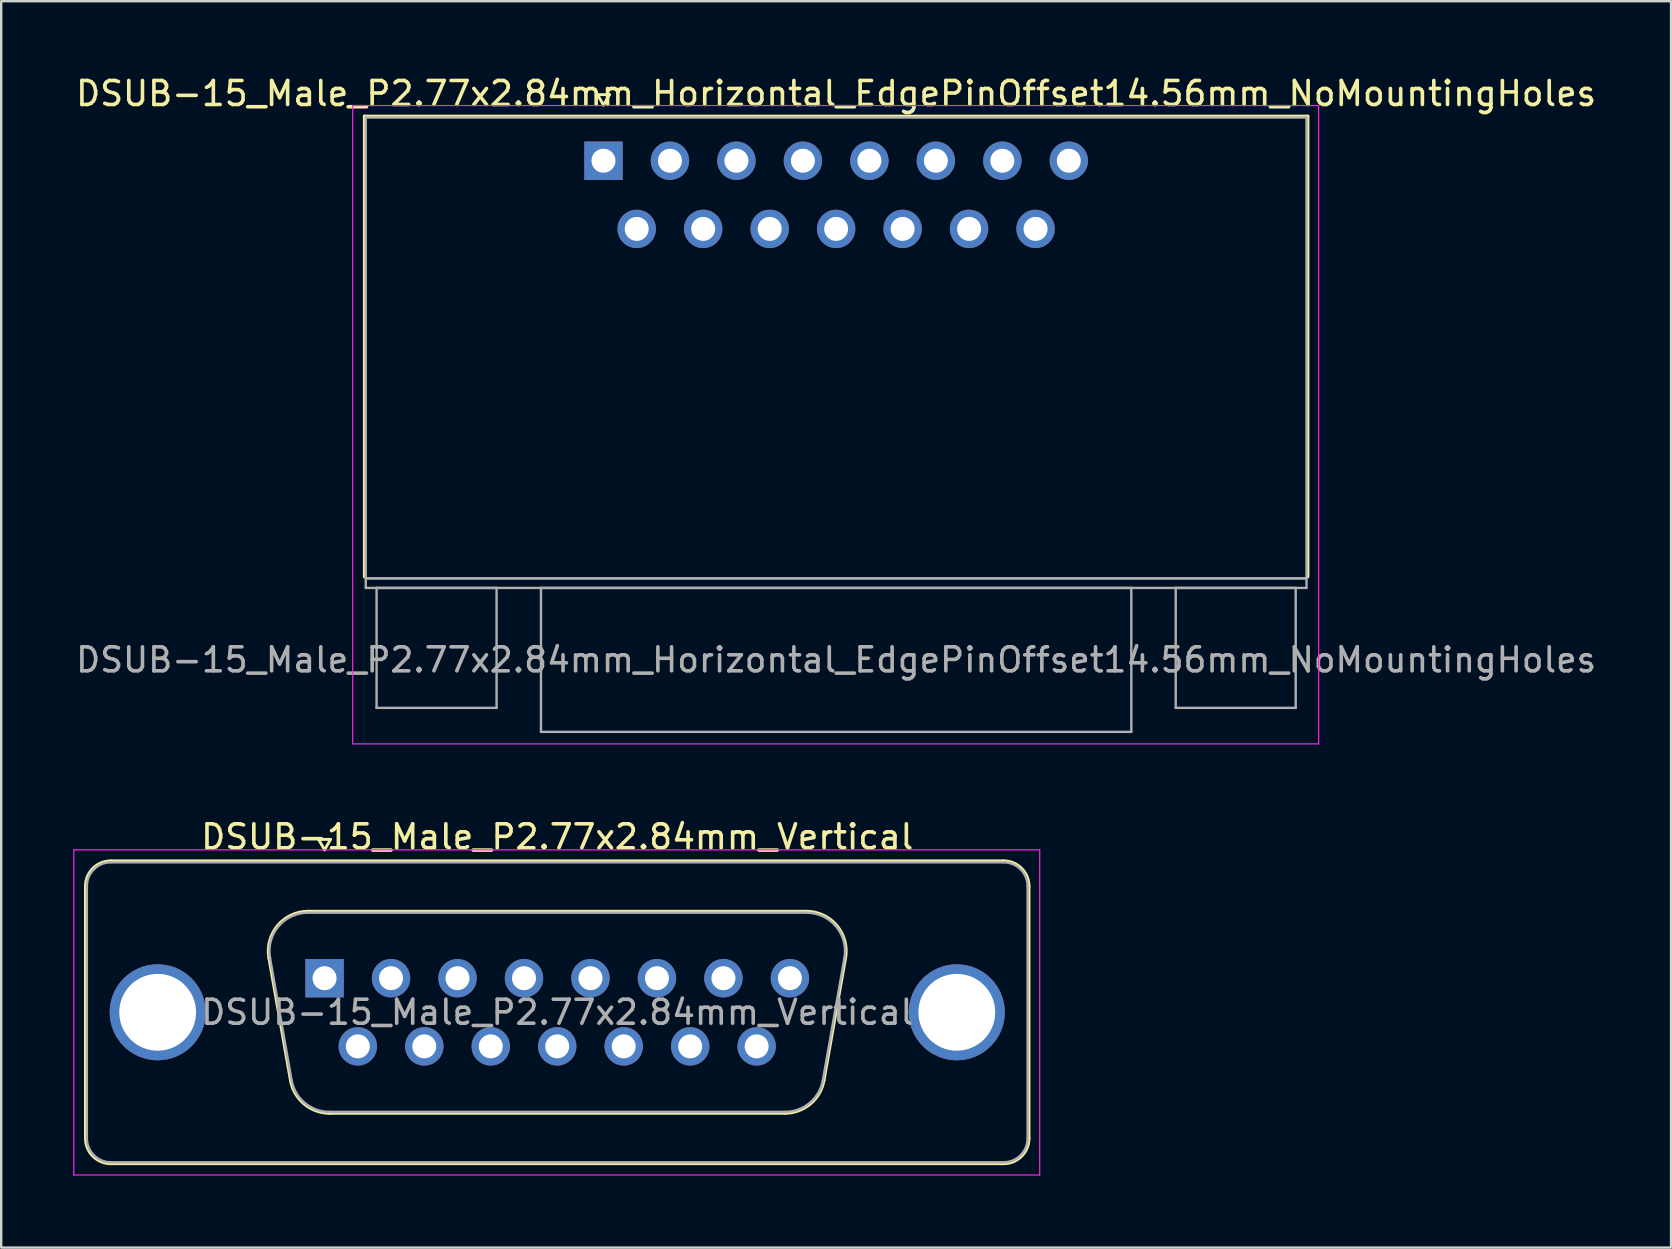
<source format=kicad_pcb>
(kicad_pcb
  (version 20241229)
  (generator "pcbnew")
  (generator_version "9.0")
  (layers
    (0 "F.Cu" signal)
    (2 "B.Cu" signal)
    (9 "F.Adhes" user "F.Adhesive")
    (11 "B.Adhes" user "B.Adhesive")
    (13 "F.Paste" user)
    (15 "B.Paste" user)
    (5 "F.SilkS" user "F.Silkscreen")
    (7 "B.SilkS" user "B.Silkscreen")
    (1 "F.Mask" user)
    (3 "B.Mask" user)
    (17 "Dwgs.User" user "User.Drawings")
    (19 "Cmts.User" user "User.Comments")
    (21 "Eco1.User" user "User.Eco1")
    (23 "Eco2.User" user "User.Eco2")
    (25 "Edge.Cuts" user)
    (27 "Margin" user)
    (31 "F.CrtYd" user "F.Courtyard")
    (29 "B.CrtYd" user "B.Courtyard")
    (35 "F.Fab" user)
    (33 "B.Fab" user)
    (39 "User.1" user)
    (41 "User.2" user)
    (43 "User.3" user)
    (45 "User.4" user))
  (footprint "DSUB-15_Male_P2.77x2.84mm_Horizontal_EdgePinOffset14.56mm_NoMountingHoles"
    (layer "F.Cu")
    (at 22.097 3.648)
    (property "Reference" "DSUB-15_Male_P2.77x2.84mm_Horizontal_EdgePinOffset14.56mm_NoMountingHoles" (at 9.695 -2.8 0) (layer "F.SilkS") (effects (font (size 1 1) (thickness 0.15))))
    (attr through_hole)
    (fp_line (start -9.965 -1.86) (end 29.355 -1.86) (stroke (width 0.12) (type solid)) (layer "F.SilkS"))
    (fp_line (start -9.965 17.34) (end -9.965 -1.86) (stroke (width 0.12) (type solid)) (layer "F.SilkS"))
    (fp_line (start -0.25 -2.754) (end 0.25 -2.754) (stroke (width 0.12) (type solid)) (layer "F.SilkS"))
    (fp_line (start 0 -2.321) (end -0.25 -2.754) (stroke (width 0.12) (type solid)) (layer "F.SilkS"))
    (fp_line (start 0.25 -2.754) (end 0 -2.321) (stroke (width 0.12) (type solid)) (layer "F.SilkS"))
    (fp_line (start 29.355 -1.86) (end 29.355 17.34) (stroke (width 0.12) (type solid)) (layer "F.SilkS"))
    (fp_line (start -10.45 -2.3) (end -10.45 24.3) (stroke (width 0.05) (type solid)) (layer "F.CrtYd"))
    (fp_line (start -10.45 24.3) (end 29.8 24.3) (stroke (width 0.05) (type solid)) (layer "F.CrtYd"))
    (fp_line (start 29.8 -2.3) (end -10.45 -2.3) (stroke (width 0.05) (type solid)) (layer "F.CrtYd"))
    (fp_line (start 29.8 24.3) (end 29.8 -2.3) (stroke (width 0.05) (type solid)) (layer "F.CrtYd"))
    (fp_line (start -9.905 -1.8) (end -9.905 17.4) (stroke (width 0.1) (type solid)) (layer "F.Fab"))
    (fp_line (start -9.905 17.4) (end -9.905 17.8) (stroke (width 0.1) (type solid)) (layer "F.Fab"))
    (fp_line (start -9.905 17.4) (end 29.295 17.4) (stroke (width 0.1) (type solid)) (layer "F.Fab"))
    (fp_line (start -9.905 17.8) (end 29.295 17.8) (stroke (width 0.1) (type solid)) (layer "F.Fab"))
    (fp_line (start -9.455 17.8) (end -9.455 22.8) (stroke (width 0.1) (type solid)) (layer "F.Fab"))
    (fp_line (start -9.455 22.8) (end -4.455 22.8) (stroke (width 0.1) (type solid)) (layer "F.Fab"))
    (fp_line (start -4.455 17.8) (end -9.455 17.8) (stroke (width 0.1) (type solid)) (layer "F.Fab"))
    (fp_line (start -4.455 22.8) (end -4.455 17.8) (stroke (width 0.1) (type solid)) (layer "F.Fab"))
    (fp_line (start -2.605 17.8) (end -2.605 23.8) (stroke (width 0.1) (type solid)) (layer "F.Fab"))
    (fp_line (start -2.605 23.8) (end 21.995 23.8) (stroke (width 0.1) (type solid)) (layer "F.Fab"))
    (fp_line (start 21.995 17.8) (end -2.605 17.8) (stroke (width 0.1) (type solid)) (layer "F.Fab"))
    (fp_line (start 21.995 23.8) (end 21.995 17.8) (stroke (width 0.1) (type solid)) (layer "F.Fab"))
    (fp_line (start 23.845 17.8) (end 23.845 22.8) (stroke (width 0.1) (type solid)) (layer "F.Fab"))
    (fp_line (start 23.845 22.8) (end 28.845 22.8) (stroke (width 0.1) (type solid)) (layer "F.Fab"))
    (fp_line (start 28.845 17.8) (end 23.845 17.8) (stroke (width 0.1) (type solid)) (layer "F.Fab"))
    (fp_line (start 28.845 22.8) (end 28.845 17.8) (stroke (width 0.1) (type solid)) (layer "F.Fab"))
    (fp_line (start 29.295 -1.8) (end -9.905 -1.8) (stroke (width 0.1) (type solid)) (layer "F.Fab"))
    (fp_line (start 29.295 17.4) (end -9.905 17.4) (stroke (width 0.1) (type solid)) (layer "F.Fab"))
    (fp_line (start 29.295 17.4) (end 29.295 -1.8) (stroke (width 0.1) (type solid)) (layer "F.Fab"))
    (fp_line (start 29.295 17.8) (end 29.295 17.4) (stroke (width 0.1) (type solid)) (layer "F.Fab"))
    (fp_text user "${REFERENCE}" (at 9.695 20.8 0) (layer "F.Fab") (effects (font (size 1 1) (thickness 0.15))))
    (pad "1" thru_hole rect (at 0 0) (size 1.6 1.6) (drill 1) (layers "*.Cu" "*.Mask"))
    (pad "2" thru_hole circle (at 2.77 0) (size 1.6 1.6) (drill 1) (layers "*.Cu" "*.Mask"))
    (pad "3" thru_hole circle (at 5.54 0) (size 1.6 1.6) (drill 1) (layers "*.Cu" "*.Mask"))
    (pad "4" thru_hole circle (at 8.31 0) (size 1.6 1.6) (drill 1) (layers "*.Cu" "*.Mask"))
    (pad "5" thru_hole circle (at 11.08 0) (size 1.6 1.6) (drill 1) (layers "*.Cu" "*.Mask"))
    (pad "6" thru_hole circle (at 13.85 0) (size 1.6 1.6) (drill 1) (layers "*.Cu" "*.Mask"))
    (pad "7" thru_hole circle (at 16.62 0) (size 1.6 1.6) (drill 1) (layers "*.Cu" "*.Mask"))
    (pad "8" thru_hole circle (at 19.39 0) (size 1.6 1.6) (drill 1) (layers "*.Cu" "*.Mask"))
    (pad "9" thru_hole circle (at 1.385 2.84) (size 1.6 1.6) (drill 1) (layers "*.Cu" "*.Mask"))
    (pad "10" thru_hole circle (at 4.155 2.84) (size 1.6 1.6) (drill 1) (layers "*.Cu" "*.Mask"))
    (pad "11" thru_hole circle (at 6.925 2.84) (size 1.6 1.6) (drill 1) (layers "*.Cu" "*.Mask"))
    (pad "12" thru_hole circle (at 9.695 2.84) (size 1.6 1.6) (drill 1) (layers "*.Cu" "*.Mask"))
    (pad "13" thru_hole circle (at 12.465 2.84) (size 1.6 1.6) (drill 1) (layers "*.Cu" "*.Mask"))
    (pad "14" thru_hole circle (at 15.235 2.84) (size 1.6 1.6) (drill 1) (layers "*.Cu" "*.Mask"))
    (pad "15" thru_hole circle (at 18.005 2.84) (size 1.6 1.6) (drill 1) (layers "*.Cu" "*.Mask")))
  (footprint "DSUB-15_Male_P2.77x2.84mm_Vertical"
    (layer "F.Cu")
    (at 10.475 37.712)
    (property "Reference" "DSUB-15_Male_P2.77x2.84mm_Vertical" (at 9.695 -5.89 0) (layer "F.SilkS") (effects (font (size 1 1) (thickness 0.15))))
    (attr through_hole)
    (fp_line (start -9.965 6.67) (end -9.965 -3.83) (stroke (width 0.12) (type solid)) (layer "F.SilkS"))
    (fp_line (start -8.905 -4.89) (end 28.295 -4.89) (stroke (width 0.12) (type solid)) (layer "F.SilkS"))
    (fp_line (start -2.321 -0.842) (end -1.422 4.258) (stroke (width 0.12) (type solid)) (layer "F.SilkS"))
    (fp_line (start -0.687 -2.79) (end 20.077 -2.79) (stroke (width 0.12) (type solid)) (layer "F.SilkS"))
    (fp_line (start -0.25 -5.784) (end 0.25 -5.784) (stroke (width 0.12) (type solid)) (layer "F.SilkS"))
    (fp_line (start 0 -5.351) (end -0.25 -5.784) (stroke (width 0.12) (type solid)) (layer "F.SilkS"))
    (fp_line (start 0.213 5.63) (end 19.177 5.63) (stroke (width 0.12) (type solid)) (layer "F.SilkS"))
    (fp_line (start 0.25 -5.784) (end 0 -5.351) (stroke (width 0.12) (type solid)) (layer "F.SilkS"))
    (fp_line (start 21.711 -0.842) (end 20.812 4.258) (stroke (width 0.12) (type solid)) (layer "F.SilkS"))
    (fp_line (start 28.295 7.73) (end -8.905 7.73) (stroke (width 0.12) (type solid)) (layer "F.SilkS"))
    (fp_line (start 29.355 -3.83) (end 29.355 6.67) (stroke (width 0.12) (type solid)) (layer "F.SilkS"))
    (fp_arc (start -9.965 -3.83) (mid -9.654533 -4.579533) (end -8.905 -4.89) (stroke (width 0.12) (type solid)) (layer "F.SilkS"))
    (fp_arc (start -8.905 7.73) (mid -9.654533 7.419533) (end -9.965 6.67) (stroke (width 0.12) (type solid)) (layer "F.SilkS"))
    (fp_arc (start -2.32147 -0.841744) (mid -1.958323 -2.197028) (end -0.686689 -2.79) (stroke (width 0.12) (type solid)) (layer "F.SilkS"))
    (fp_arc (start 0.212579 5.63) (mid -0.854448 5.241634) (end -1.422202 4.258256) (stroke (width 0.12) (type solid)) (layer "F.SilkS"))
    (fp_arc (start 20.076689 -2.79) (mid 21.348323 -2.197027) (end 21.71147 -0.841744) (stroke (width 0.12) (type solid)) (layer "F.SilkS"))
    (fp_arc (start 20.812202 4.258256) (mid 20.244449 5.241634) (end 19.177421 5.63) (stroke (width 0.12) (type solid)) (layer "F.SilkS"))
    (fp_arc (start 28.295 -4.89) (mid 29.044533 -4.579533) (end 29.355 -3.83) (stroke (width 0.12) (type solid)) (layer "F.SilkS"))
    (fp_arc (start 29.355 6.67) (mid 29.044533 7.419533) (end 28.295 7.73) (stroke (width 0.12) (type solid)) (layer "F.SilkS"))
    (fp_line (start -10.45 -5.35) (end -10.45 8.2) (stroke (width 0.05) (type solid)) (layer "F.CrtYd"))
    (fp_line (start -10.45 8.2) (end 29.8 8.2) (stroke (width 0.05) (type solid)) (layer "F.CrtYd"))
    (fp_line (start 29.8 -5.35) (end -10.45 -5.35) (stroke (width 0.05) (type solid)) (layer "F.CrtYd"))
    (fp_line (start 29.8 8.2) (end 29.8 -5.35) (stroke (width 0.05) (type solid)) (layer "F.CrtYd"))
    (fp_line (start -9.905 6.67) (end -9.905 -3.83) (stroke (width 0.1) (type solid)) (layer "F.Fab"))
    (fp_line (start -8.905 -4.83) (end 28.295 -4.83) (stroke (width 0.1) (type solid)) (layer "F.Fab"))
    (fp_line (start -2.274 -0.852) (end -1.375 4.248) (stroke (width 0.1) (type solid)) (layer "F.Fab"))
    (fp_line (start -0.698 -2.73) (end 20.088 -2.73) (stroke (width 0.1) (type solid)) (layer "F.Fab"))
    (fp_line (start 0.201 5.57) (end 19.189 5.57) (stroke (width 0.1) (type solid)) (layer "F.Fab"))
    (fp_line (start 21.664 -0.852) (end 20.765 4.248) (stroke (width 0.1) (type solid)) (layer "F.Fab"))
    (fp_line (start 28.295 7.67) (end -8.905 7.67) (stroke (width 0.1) (type solid)) (layer "F.Fab"))
    (fp_line (start 29.295 -3.83) (end 29.295 6.67) (stroke (width 0.1) (type solid)) (layer "F.Fab"))
    (fp_arc (start -9.905 -3.83) (mid -9.612107 -4.537107) (end -8.905 -4.83) (stroke (width 0.1) (type solid)) (layer "F.Fab"))
    (fp_arc (start -8.905 7.67) (mid -9.612107 7.377107) (end -9.905 6.67) (stroke (width 0.1) (type solid)) (layer "F.Fab"))
    (fp_arc (start -2.273886 -0.852163) (mid -1.923865 -2.15846) (end -0.698194 -2.73) (stroke (width 0.1) (type solid)) (layer "F.Fab"))
    (fp_arc (start 0.201073 5.57) (mid -0.827387 5.195671) (end -1.374619 4.247837) (stroke (width 0.1) (type solid)) (layer "F.Fab"))
    (fp_arc (start 20.088194 -2.73) (mid 21.313865 -2.15846) (end 21.663886 -0.852163) (stroke (width 0.1) (type solid)) (layer "F.Fab"))
    (fp_arc (start 20.764619 4.247837) (mid 20.217387 5.195671) (end 19.188927 5.57) (stroke (width 0.1) (type solid)) (layer "F.Fab"))
    (fp_arc (start 28.295 -4.83) (mid 29.002107 -4.537107) (end 29.295 -3.83) (stroke (width 0.1) (type solid)) (layer "F.Fab"))
    (fp_arc (start 29.295 6.67) (mid 29.002107 7.377107) (end 28.295 7.67) (stroke (width 0.1) (type solid)) (layer "F.Fab"))
    (fp_text user "${REFERENCE}" (at 9.695 1.42 0) (layer "F.Fab") (effects (font (size 1 1) (thickness 0.15))))
    (pad "0" thru_hole circle (at -6.955 1.42) (size 4 4) (drill 3.2) (layers "*.Cu" "*.Mask"))
    (pad "0" thru_hole circle (at 26.345 1.42) (size 4 4) (drill 3.2) (layers "*.Cu" "*.Mask"))
    (pad "1" thru_hole rect (at 0 0) (size 1.6 1.6) (drill 1) (layers "*.Cu" "*.Mask"))
    (pad "2" thru_hole circle (at 2.77 0) (size 1.6 1.6) (drill 1) (layers "*.Cu" "*.Mask"))
    (pad "3" thru_hole circle (at 5.54 0) (size 1.6 1.6) (drill 1) (layers "*.Cu" "*.Mask"))
    (pad "4" thru_hole circle (at 8.31 0) (size 1.6 1.6) (drill 1) (layers "*.Cu" "*.Mask"))
    (pad "5" thru_hole circle (at 11.08 0) (size 1.6 1.6) (drill 1) (layers "*.Cu" "*.Mask"))
    (pad "6" thru_hole circle (at 13.85 0) (size 1.6 1.6) (drill 1) (layers "*.Cu" "*.Mask"))
    (pad "7" thru_hole circle (at 16.62 0) (size 1.6 1.6) (drill 1) (layers "*.Cu" "*.Mask"))
    (pad "8" thru_hole circle (at 19.39 0) (size 1.6 1.6) (drill 1) (layers "*.Cu" "*.Mask"))
    (pad "9" thru_hole circle (at 1.385 2.84) (size 1.6 1.6) (drill 1) (layers "*.Cu" "*.Mask"))
    (pad "10" thru_hole circle (at 4.155 2.84) (size 1.6 1.6) (drill 1) (layers "*.Cu" "*.Mask"))
    (pad "11" thru_hole circle (at 6.925 2.84) (size 1.6 1.6) (drill 1) (layers "*.Cu" "*.Mask"))
    (pad "12" thru_hole circle (at 9.695 2.84) (size 1.6 1.6) (drill 1) (layers "*.Cu" "*.Mask"))
    (pad "13" thru_hole circle (at 12.465 2.84) (size 1.6 1.6) (drill 1) (layers "*.Cu" "*.Mask"))
    (pad "14" thru_hole circle (at 15.235 2.84) (size 1.6 1.6) (drill 1) (layers "*.Cu" "*.Mask"))
    (pad "15" thru_hole circle (at 18.005 2.84) (size 1.6 1.6) (drill 1) (layers "*.Cu" "*.Mask")))
  (gr_rect
    (start -3 -3)
    (end 66.583 48.937)
    (stroke (width 0.1) (type default))
    (fill no)
    (layer "Edge.Cuts")))
</source>
